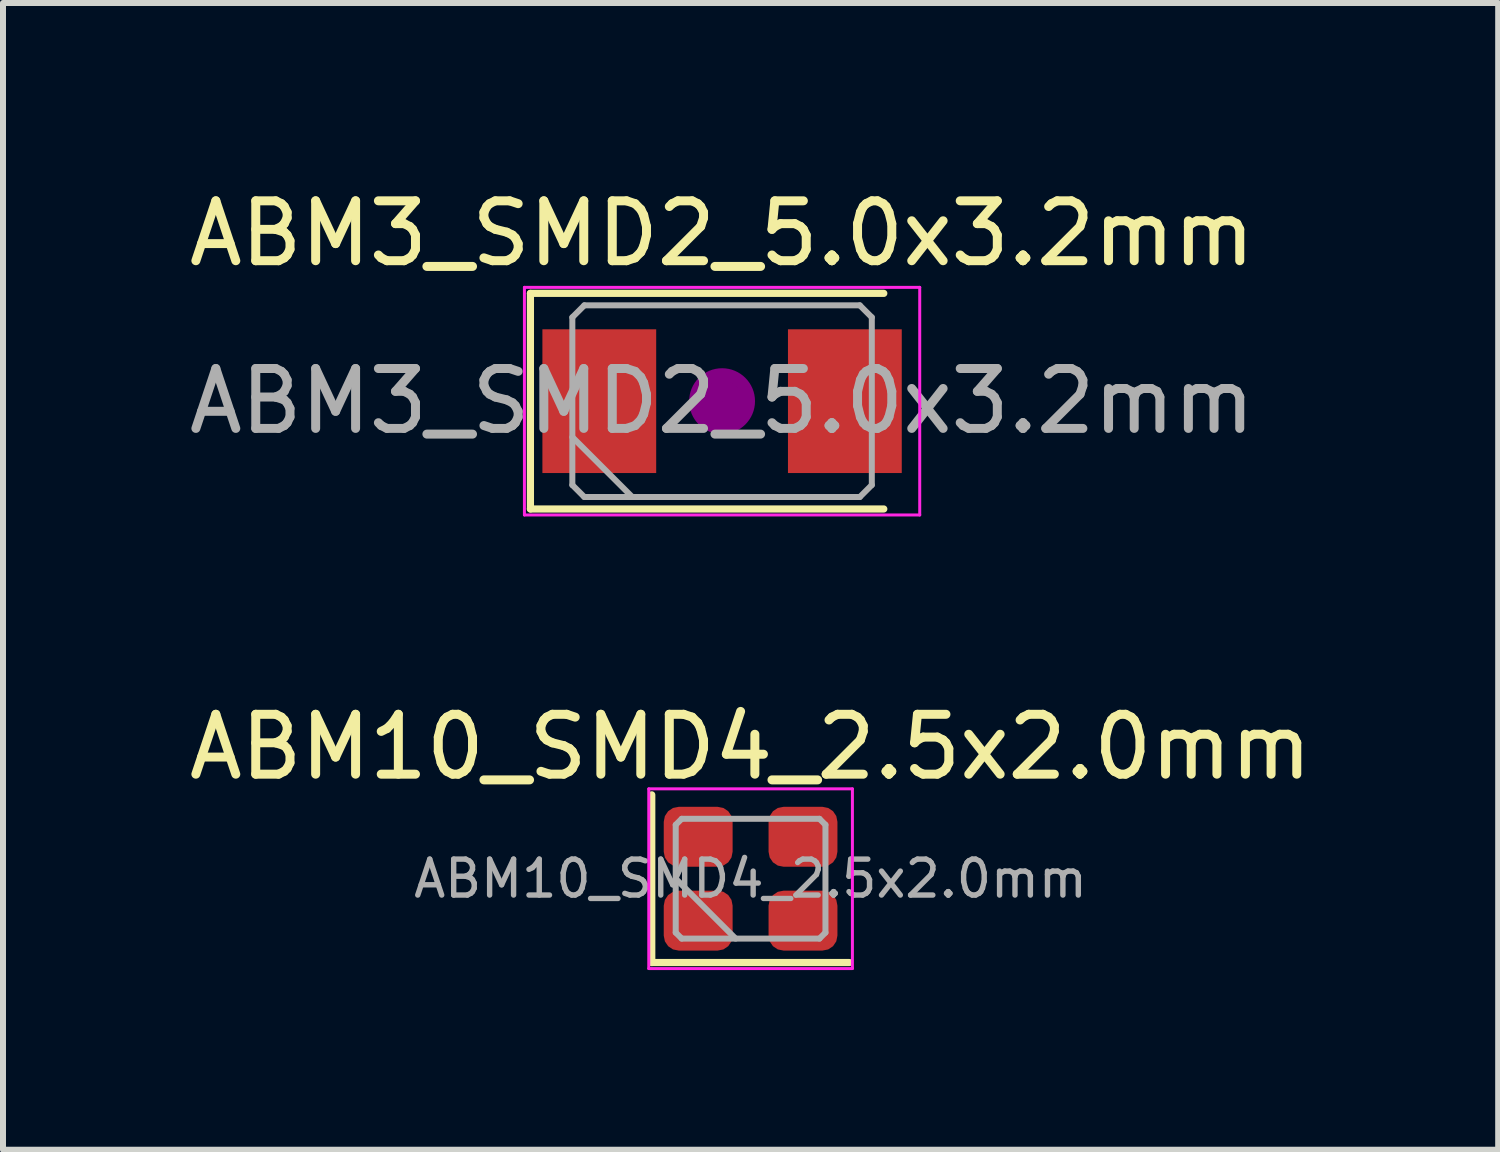
<source format=kicad_pcb>
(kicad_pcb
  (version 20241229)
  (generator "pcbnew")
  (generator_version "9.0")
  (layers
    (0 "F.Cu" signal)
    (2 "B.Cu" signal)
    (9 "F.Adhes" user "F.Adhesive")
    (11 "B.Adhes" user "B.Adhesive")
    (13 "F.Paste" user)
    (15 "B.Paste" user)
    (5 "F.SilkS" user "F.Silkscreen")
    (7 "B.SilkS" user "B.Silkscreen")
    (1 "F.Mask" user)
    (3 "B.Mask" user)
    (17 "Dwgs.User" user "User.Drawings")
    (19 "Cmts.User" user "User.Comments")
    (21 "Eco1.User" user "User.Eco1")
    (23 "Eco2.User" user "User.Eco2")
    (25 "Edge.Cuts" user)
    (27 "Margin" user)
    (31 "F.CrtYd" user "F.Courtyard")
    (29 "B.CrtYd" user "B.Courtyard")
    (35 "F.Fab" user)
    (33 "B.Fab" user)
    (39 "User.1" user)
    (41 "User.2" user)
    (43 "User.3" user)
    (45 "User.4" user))
  (footprint "ABM3_SMD2_5.0x3.2mm"
    (layer "F.Cu")
    (at 9.006 3.648)
    (property "Reference" "ABM3_SMD2_5.0x3.2mm" (at 0 -2.8 0) (layer "F.SilkS") (effects (font (size 1 1) (thickness 0.15))))
    (attr smd)
    (fp_line (start -3.2 -1.8) (end -3.2 1.8) (stroke (width 0.12) (type solid)) (layer "F.SilkS"))
    (fp_line (start -3.2 1.8) (end 2.7 1.8) (stroke (width 0.12) (type solid)) (layer "F.SilkS"))
    (fp_line (start 2.7 -1.8) (end -3.2 -1.8) (stroke (width 0.12) (type solid)) (layer "F.SilkS"))
    (fp_circle (center 0 0) (end 0.117 0) (stroke (width 0.233) (type solid)) (fill no) (layer "F.Adhes"))
    (fp_circle (center 0 0) (end 0.267 0) (stroke (width 0.167) (type solid)) (fill no) (layer "F.Adhes"))
    (fp_circle (center 0 0) (end 0.417 0) (stroke (width 0.167) (type solid)) (fill no) (layer "F.Adhes"))
    (fp_circle (center 0 0) (end 0.5 0) (stroke (width 0.1) (type solid)) (fill no) (layer "F.Adhes"))
    (fp_line (start -3.3 -1.9) (end -3.3 1.9) (stroke (width 0.05) (type solid)) (layer "F.CrtYd"))
    (fp_line (start -3.3 1.9) (end 3.3 1.9) (stroke (width 0.05) (type solid)) (layer "F.CrtYd"))
    (fp_line (start 3.3 -1.9) (end -3.3 -1.9) (stroke (width 0.05) (type solid)) (layer "F.CrtYd"))
    (fp_line (start 3.3 1.9) (end 3.3 -1.9) (stroke (width 0.05) (type solid)) (layer "F.CrtYd"))
    (fp_line (start -2.5 -1.4) (end -2.3 -1.6) (stroke (width 0.1) (type solid)) (layer "F.Fab"))
    (fp_line (start -2.5 0.6) (end -1.5 1.6) (stroke (width 0.1) (type solid)) (layer "F.Fab"))
    (fp_line (start -2.5 1.4) (end -2.5 -1.4) (stroke (width 0.1) (type solid)) (layer "F.Fab"))
    (fp_line (start -2.3 -1.6) (end 2.3 -1.6) (stroke (width 0.1) (type solid)) (layer "F.Fab"))
    (fp_line (start -2.3 1.6) (end -2.5 1.4) (stroke (width 0.1) (type solid)) (layer "F.Fab"))
    (fp_line (start 2.3 -1.6) (end 2.5 -1.4) (stroke (width 0.1) (type solid)) (layer "F.Fab"))
    (fp_line (start 2.3 1.6) (end -2.3 1.6) (stroke (width 0.1) (type solid)) (layer "F.Fab"))
    (fp_line (start 2.5 -1.4) (end 2.5 1.4) (stroke (width 0.1) (type solid)) (layer "F.Fab"))
    (fp_line (start 2.5 1.4) (end 2.3 1.6) (stroke (width 0.1) (type solid)) (layer "F.Fab"))
    (fp_text user "${REFERENCE}" (at 0 0 0) (layer "F.Fab") (effects (font (size 1 1) (thickness 0.15))))
    (pad "1" smd rect (at -2.05 0) (size 1.9 2.4) (layers "F.Cu" "F.Mask" "F.Paste"))
    (pad "2" smd rect (at 2.05 0) (size 1.9 2.4) (layers "F.Cu" "F.Mask" "F.Paste")))
  (footprint "ABM10_SMD4_2.5x2.0mm"
    (layer "F.Cu")
    (at 9.482 11.621)
    (property "Reference" "ABM10_SMD4_2.5x2.0mm" (at 0 -2.2 0) (layer "F.SilkS") (effects (font (size 1 1) (thickness 0.15))))
    (attr smd)
    (fp_line (start -1.65 -1.4) (end -1.65 1.4) (stroke (width 0.12) (type solid)) (layer "F.SilkS"))
    (fp_line (start -1.65 1.4) (end 1.65 1.4) (stroke (width 0.12) (type solid)) (layer "F.SilkS"))
    (fp_line (start -1.7 -1.5) (end -1.7 1.5) (stroke (width 0.05) (type solid)) (layer "F.CrtYd"))
    (fp_line (start -1.7 1.5) (end 1.7 1.5) (stroke (width 0.05) (type solid)) (layer "F.CrtYd"))
    (fp_line (start 1.7 -1.5) (end -1.7 -1.5) (stroke (width 0.05) (type solid)) (layer "F.CrtYd"))
    (fp_line (start 1.7 1.5) (end 1.7 -1.5) (stroke (width 0.05) (type solid)) (layer "F.CrtYd"))
    (fp_line (start -1.25 -0.9) (end -1.15 -1) (stroke (width 0.1) (type solid)) (layer "F.Fab"))
    (fp_line (start -1.25 0) (end -0.25 1) (stroke (width 0.1) (type solid)) (layer "F.Fab"))
    (fp_line (start -1.25 0.9) (end -1.25 -0.9) (stroke (width 0.1) (type solid)) (layer "F.Fab"))
    (fp_line (start -1.15 -1) (end 1.15 -1) (stroke (width 0.1) (type solid)) (layer "F.Fab"))
    (fp_line (start -1.15 1) (end -1.25 0.9) (stroke (width 0.1) (type solid)) (layer "F.Fab"))
    (fp_line (start 1.15 -1) (end 1.25 -0.9) (stroke (width 0.1) (type solid)) (layer "F.Fab"))
    (fp_line (start 1.15 1) (end -1.15 1) (stroke (width 0.1) (type solid)) (layer "F.Fab"))
    (fp_line (start 1.25 -0.9) (end 1.25 0.9) (stroke (width 0.1) (type solid)) (layer "F.Fab"))
    (fp_line (start 1.25 0.9) (end 1.15 1) (stroke (width 0.1) (type solid)) (layer "F.Fab"))
    (fp_text user "${REFERENCE}" (at 0 0 0) (layer "F.Fab") (effects (font (size 0.6 0.6) (thickness 0.09))))
    (pad "1" smd roundrect (at -0.875 0.7) (size 1.15 1) (layers "F.Cu" "F.Mask" "F.Paste") (roundrect_rratio 0.25))
    (pad "2" smd roundrect (at 0.875 0.7) (size 1.15 1) (layers "F.Cu" "F.Mask" "F.Paste") (roundrect_rratio 0.25))
    (pad "3" smd roundrect (at 0.875 -0.7) (size 1.15 1) (layers "F.Cu" "F.Mask" "F.Paste") (roundrect_rratio 0.25))
    (pad "4" smd roundrect (at -0.875 -0.7) (size 1.15 1) (layers "F.Cu" "F.Mask" "F.Paste") (roundrect_rratio 0.25)))
  (gr_rect
    (start -3 -3)
    (end 21.964 16.146)
    (stroke (width 0.1) (type default))
    (fill no)
    (layer "Edge.Cuts")))
</source>
